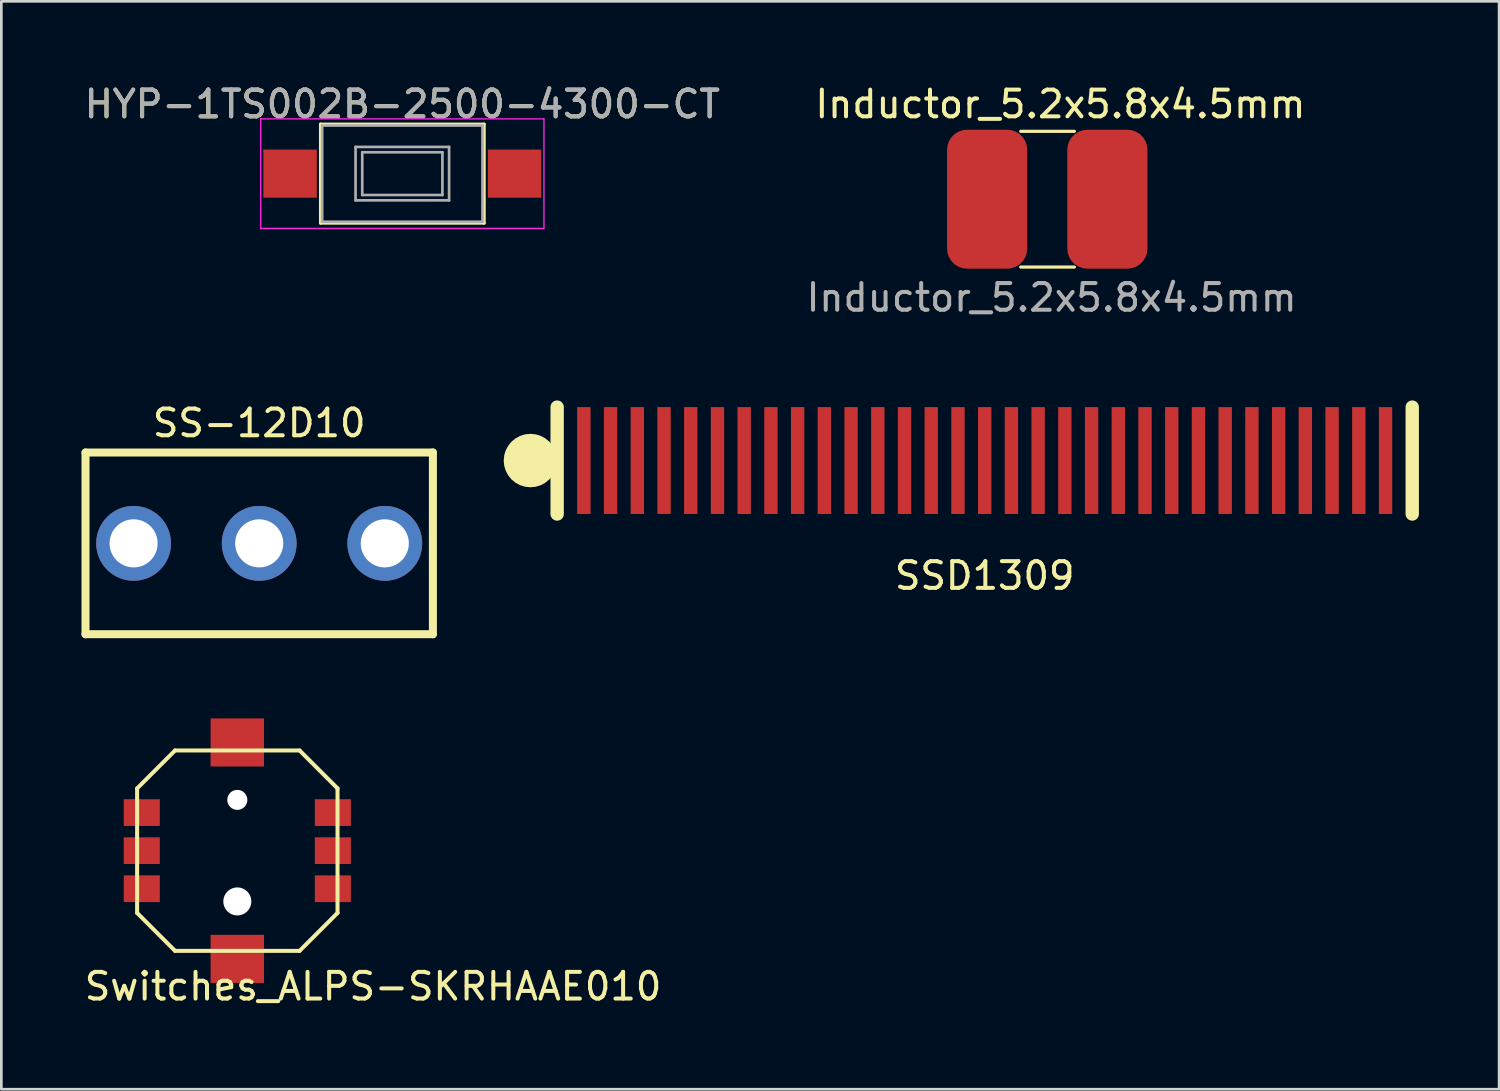
<source format=kicad_pcb>
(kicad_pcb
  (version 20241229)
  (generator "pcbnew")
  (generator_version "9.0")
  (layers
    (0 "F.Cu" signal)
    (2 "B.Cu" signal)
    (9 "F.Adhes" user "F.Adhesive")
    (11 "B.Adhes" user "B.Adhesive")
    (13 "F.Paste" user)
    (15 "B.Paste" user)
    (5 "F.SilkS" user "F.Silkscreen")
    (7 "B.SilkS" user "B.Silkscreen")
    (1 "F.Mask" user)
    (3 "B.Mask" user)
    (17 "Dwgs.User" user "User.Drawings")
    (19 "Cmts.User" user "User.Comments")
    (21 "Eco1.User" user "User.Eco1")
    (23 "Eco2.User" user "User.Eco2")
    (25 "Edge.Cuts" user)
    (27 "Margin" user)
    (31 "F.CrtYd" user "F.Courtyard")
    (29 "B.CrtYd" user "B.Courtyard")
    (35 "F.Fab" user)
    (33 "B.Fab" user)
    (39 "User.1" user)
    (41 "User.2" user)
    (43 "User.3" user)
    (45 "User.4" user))
  (footprint "Switches_ALPS-SKRHAAE010"
    (layer "F.Cu")
    (at 5.831 28.784)
    (property "Reference" "Switches_ALPS-SKRHAAE010" (at 5.08 5.08 0) (layer "F.SilkS") (effects (font (size 1 1) (thickness 0.15))))
    (attr through_hole)
    (fp_line (start -3.75 -2.33) (end -3.75 2.33) (stroke (width 0.15) (type solid)) (layer "F.SilkS"))
    (fp_line (start -2.33 -3.75) (end -3.75 -2.33) (stroke (width 0.15) (type solid)) (layer "F.SilkS"))
    (fp_line (start -2.33 -3.75) (end 2.33 -3.75) (stroke (width 0.15) (type solid)) (layer "F.SilkS"))
    (fp_line (start -2.33 3.75) (end -3.75 2.33) (stroke (width 0.15) (type solid)) (layer "F.SilkS"))
    (fp_line (start -2.33 3.75) (end 2.33 3.75) (stroke (width 0.15) (type solid)) (layer "F.SilkS"))
    (fp_line (start 2.33 -3.75) (end 3.75 -2.33) (stroke (width 0.15) (type solid)) (layer "F.SilkS"))
    (fp_line (start 3.75 -2.33) (end 3.75 2.33) (stroke (width 0.15) (type solid)) (layer "F.SilkS"))
    (fp_line (start 3.75 2.33) (end 2.33 3.75) (stroke (width 0.15) (type solid)) (layer "F.SilkS"))
    (pad "" smd rect (at 0 -4.05) (size 2 1.8) (layers "F.Cu" "F.Mask" "F.Paste"))
    (pad "" np_thru_hole circle (at 0 -1.9) (size 0.75 0.75) (drill 0.75) (layers "*.Cu" "*.Mask"))
    (pad "" np_thru_hole circle (at 0 1.9) (size 1.05 1.05) (drill 1.05) (layers "*.Cu" "*.Mask"))
    (pad "" smd rect (at 0 4.05) (size 2 1.8) (layers "F.Cu" "F.Mask" "F.Paste"))
    (pad "1" smd rect (at -3.575 -1.425) (size 1.35 1) (layers "F.Cu" "F.Mask" "F.Paste"))
    (pad "2" smd rect (at -3.575 0) (size 1.35 1) (layers "F.Cu" "F.Mask" "F.Paste"))
    (pad "3" smd rect (at -3.575 1.425) (size 1.35 1) (layers "F.Cu" "F.Mask" "F.Paste"))
    (pad "4" smd rect (at 3.575 -1.425) (size 1.35 1) (layers "F.Cu" "F.Mask" "F.Paste"))
    (pad "5" smd rect (at 3.575 0) (size 1.35 1) (layers "F.Cu" "F.Mask" "F.Paste"))
    (pad "6" smd rect (at 3.575 1.425) (size 1.35 1) (layers "F.Cu" "F.Mask" "F.Paste")))
  (footprint "HYP-1TS002B-2500-4300-CT"
    (layer "F.Cu")
    (at 12.006 3.448)
    (property "Reference" "HYP-1TS002B-2500-4300-CT" (at 0 -2.6 0) (layer "F.SilkS") (effects (font (size 1 1) (thickness 0.15))))
    (attr smd)
    (fp_line (start -3.06 -1.85) (end 3.06 -1.85) (stroke (width 0.12) (type solid)) (layer "F.SilkS"))
    (fp_line (start -3.06 1.85) (end -3.06 -1.85) (stroke (width 0.12) (type solid)) (layer "F.SilkS"))
    (fp_line (start 3.06 -1.85) (end 3.06 1.85) (stroke (width 0.12) (type solid)) (layer "F.SilkS"))
    (fp_line (start 3.06 1.85) (end -3.06 1.85) (stroke (width 0.12) (type solid)) (layer "F.SilkS"))
    (fp_line (start -5.3 -2.05) (end 5.3 -2.05) (stroke (width 0.05) (type solid)) (layer "F.CrtYd"))
    (fp_line (start -5.3 2.05) (end -5.3 -2.05) (stroke (width 0.05) (type solid)) (layer "F.CrtYd"))
    (fp_line (start 5.3 -2.05) (end 5.3 2.05) (stroke (width 0.05) (type solid)) (layer "F.CrtYd"))
    (fp_line (start 5.3 2.05) (end -5.3 2.05) (stroke (width 0.05) (type solid)) (layer "F.CrtYd"))
    (fp_line (start -3 -1.8) (end -3 1.8) (stroke (width 0.1) (type solid)) (layer "F.Fab"))
    (fp_line (start -3 -1.8) (end 3 -1.8) (stroke (width 0.1) (type solid)) (layer "F.Fab"))
    (fp_line (start -3 1.8) (end 3 1.8) (stroke (width 0.1) (type solid)) (layer "F.Fab"))
    (fp_line (start -1.75 -1) (end 1.75 -1) (stroke (width 0.1) (type solid)) (layer "F.Fab"))
    (fp_line (start -1.75 1) (end -1.75 -1) (stroke (width 0.1) (type solid)) (layer "F.Fab"))
    (fp_line (start -1.5 -0.8) (end -1.5 0.8) (stroke (width 0.1) (type solid)) (layer "F.Fab"))
    (fp_line (start -1.5 -0.8) (end 1.5 -0.8) (stroke (width 0.1) (type solid)) (layer "F.Fab"))
    (fp_line (start -1.5 0.8) (end 1.5 0.8) (stroke (width 0.1) (type solid)) (layer "F.Fab"))
    (fp_line (start 1.5 -0.8) (end 1.5 0.8) (stroke (width 0.1) (type solid)) (layer "F.Fab"))
    (fp_line (start 1.75 -1) (end 1.75 1) (stroke (width 0.1) (type solid)) (layer "F.Fab"))
    (fp_line (start 1.75 1) (end -1.75 1) (stroke (width 0.1) (type solid)) (layer "F.Fab"))
    (fp_line (start 3 -1.8) (end 3 1.8) (stroke (width 0.1) (type solid)) (layer "F.Fab"))
    (fp_text user "${REFERENCE}" (at 0 -2.6 0) (layer "F.Fab") (effects (font (size 1 1) (thickness 0.15))))
    (pad "1" smd rect (at -4.2 0) (size 2 1.8) (layers "F.Cu" "F.Mask" "F.Paste"))
    (pad "2" smd rect (at 4.2 0) (size 2 1.8) (layers "F.Cu" "F.Mask" "F.Paste")))
  (footprint "SSD1309"
    (layer "F.Cu")
    (at 33.8 14.185)
    (property "Reference" "SSD1309" (at 0 4.31 0) (layer "F.SilkS") (effects (font (size 1 1) (thickness 0.15))))
    (attr through_hole)
    (fp_line (start -16 -2) (end -16 2) (stroke (width 0.5) (type solid)) (layer "F.SilkS"))
    (fp_line (start 16 -2) (end 16 2) (stroke (width 0.5) (type solid)) (layer "F.SilkS"))
    (fp_circle (center -17 0) (end -17 0) (stroke (width 1) (type solid)) (fill no) (layer "F.SilkS"))
    (pad "1" smd rect (at -15 0) (size 0.5 4) (layers "F.Cu" "F.Mask" "F.Paste"))
    (pad "2" smd rect (at -14 0) (size 0.5 4) (layers "F.Cu" "F.Mask" "F.Paste"))
    (pad "3" smd rect (at -13 0) (size 0.5 4) (layers "F.Cu" "F.Mask" "F.Paste"))
    (pad "4" smd rect (at -12 0) (size 0.5 4) (layers "F.Cu" "F.Mask" "F.Paste"))
    (pad "5" smd rect (at -11 0) (size 0.5 4) (layers "F.Cu" "F.Mask" "F.Paste"))
    (pad "6" smd rect (at -10 0) (size 0.5 4) (layers "F.Cu" "F.Mask" "F.Paste"))
    (pad "7" smd rect (at -9 0) (size 0.5 4) (layers "F.Cu" "F.Mask" "F.Paste"))
    (pad "8" smd rect (at -8 0) (size 0.5 4) (layers "F.Cu" "F.Mask" "F.Paste"))
    (pad "9" smd rect (at -7 0) (size 0.5 4) (layers "F.Cu" "F.Mask" "F.Paste"))
    (pad "10" smd rect (at -6 0) (size 0.5 4) (layers "F.Cu" "F.Mask" "F.Paste"))
    (pad "11" smd rect (at -5 0) (size 0.5 4) (layers "F.Cu" "F.Mask" "F.Paste"))
    (pad "12" smd rect (at -4 0) (size 0.5 4) (layers "F.Cu" "F.Mask" "F.Paste"))
    (pad "13" smd rect (at -3 0) (size 0.5 4) (layers "F.Cu" "F.Mask" "F.Paste"))
    (pad "14" smd rect (at -2 0) (size 0.5 4) (layers "F.Cu" "F.Mask" "F.Paste"))
    (pad "15" smd rect (at -1 0) (size 0.5 4) (layers "F.Cu" "F.Mask" "F.Paste"))
    (pad "16" smd rect (at 0 0) (size 0.5 4) (layers "F.Cu" "F.Mask" "F.Paste"))
    (pad "17" smd rect (at 1 0) (size 0.5 4) (layers "F.Cu" "F.Mask" "F.Paste"))
    (pad "18" smd rect (at 2 0) (size 0.5 4) (layers "F.Cu" "F.Mask" "F.Paste"))
    (pad "19" smd rect (at 3 0) (size 0.5 4) (layers "F.Cu" "F.Mask" "F.Paste"))
    (pad "20" smd rect (at 4 0) (size 0.5 4) (layers "F.Cu" "F.Mask" "F.Paste"))
    (pad "21" smd rect (at 5 0) (size 0.5 4) (layers "F.Cu" "F.Mask" "F.Paste"))
    (pad "22" smd rect (at 6 0) (size 0.5 4) (layers "F.Cu" "F.Mask" "F.Paste"))
    (pad "23" smd rect (at 7 0) (size 0.5 4) (layers "F.Cu" "F.Mask" "F.Paste"))
    (pad "24" smd rect (at 8 0) (size 0.5 4) (layers "F.Cu" "F.Mask" "F.Paste"))
    (pad "25" smd rect (at 9 0) (size 0.5 4) (layers "F.Cu" "F.Mask" "F.Paste"))
    (pad "26" smd rect (at 10 0) (size 0.5 4) (layers "F.Cu" "F.Mask" "F.Paste"))
    (pad "27" smd rect (at 11 0) (size 0.5 4) (layers "F.Cu" "F.Mask" "F.Paste"))
    (pad "28" smd rect (at 12 0) (size 0.5 4) (layers "F.Cu" "F.Mask" "F.Paste"))
    (pad "29" smd rect (at 13 0) (size 0.5 4) (layers "F.Cu" "F.Mask" "F.Paste"))
    (pad "30" smd rect (at 14 0) (size 0.5 4) (layers "F.Cu" "F.Mask" "F.Paste"))
    (pad "31" smd rect (at 15 0) (size 0.5 4) (layers "F.Cu" "F.Mask" "F.Paste")))
  (footprint "SS-12D10"
    (layer "F.Cu")
    (at 6.65 17.284)
    (property "Reference" "SS-12D10" (at 0 -4.5 0) (layer "F.SilkS") (effects (font (size 1 1) (thickness 0.15))))
    (attr through_hole)
    (fp_line (start -6.5 -3.4) (end 6.5 -3.4) (stroke (width 0.3) (type solid)) (layer "F.SilkS"))
    (fp_line (start -6.5 3.4) (end -6.5 -3.4) (stroke (width 0.3) (type solid)) (layer "F.SilkS"))
    (fp_line (start 6.5 -3.4) (end 6.5 3.4) (stroke (width 0.3) (type solid)) (layer "F.SilkS"))
    (fp_line (start 6.5 3.4) (end -6.5 3.4) (stroke (width 0.3) (type solid)) (layer "F.SilkS"))
    (pad "1" thru_hole circle (at -4.7 0) (size 2.8 2.8) (drill 1.8) (layers "*.Cu" "*.Mask"))
    (pad "2" thru_hole circle (at 0 0) (size 2.8 2.8) (drill 1.8) (layers "*.Cu" "*.Mask"))
    (pad "3" thru_hole circle (at 4.7 0) (size 2.8 2.8) (drill 1.8) (layers "*.Cu" "*.Mask")))
  (footprint "Inductor_5.2x5.8x4.5mm"
    (layer "F.Cu")
    (at 33.891 4.404)
    (property "Reference" "Inductor_5.2x5.8x4.5mm" (at 2.743 -3.556 0) (unlocked yes) (layer "F.SilkS") (effects (font (size 1 1) (thickness 0.15))))
    (attr smd)
    (fp_line (start 1.257 -2.54) (end 3.264 -2.54) (stroke (width 0.12) (type solid)) (layer "F.SilkS"))
    (fp_line (start 1.257 2.54) (end 3.264 2.54) (stroke (width 0.12) (type solid)) (layer "F.SilkS"))
    (fp_text user "${REFERENCE}" (at 2.413 3.683 0) (unlocked yes) (layer "F.Fab") (effects (font (size 1 1) (thickness 0.15))))
    (pad "1" smd roundrect (at 0 0) (size 3 5.2) (layers "F.Cu" "F.Mask" "F.Paste") (roundrect_rratio 0.25))
    (pad "2" smd roundrect (at 4.5 0) (size 3 5.2) (layers "F.Cu" "F.Mask" "F.Paste") (roundrect_rratio 0.25)))
  (gr_rect
    (start -3 -3)
    (end 53.05 37.712)
    (stroke (width 0.1) (type default))
    (fill no)
    (layer "Edge.Cuts")))
</source>
